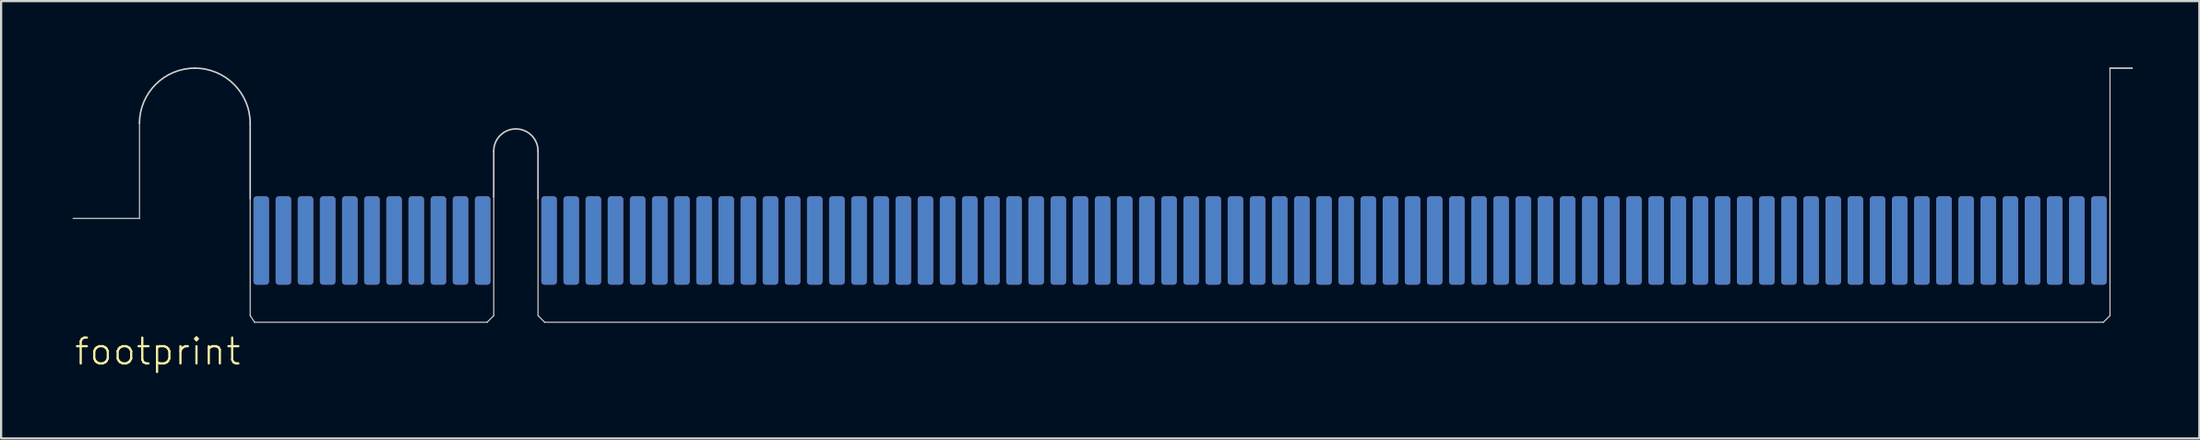
<source format=kicad_pcb>
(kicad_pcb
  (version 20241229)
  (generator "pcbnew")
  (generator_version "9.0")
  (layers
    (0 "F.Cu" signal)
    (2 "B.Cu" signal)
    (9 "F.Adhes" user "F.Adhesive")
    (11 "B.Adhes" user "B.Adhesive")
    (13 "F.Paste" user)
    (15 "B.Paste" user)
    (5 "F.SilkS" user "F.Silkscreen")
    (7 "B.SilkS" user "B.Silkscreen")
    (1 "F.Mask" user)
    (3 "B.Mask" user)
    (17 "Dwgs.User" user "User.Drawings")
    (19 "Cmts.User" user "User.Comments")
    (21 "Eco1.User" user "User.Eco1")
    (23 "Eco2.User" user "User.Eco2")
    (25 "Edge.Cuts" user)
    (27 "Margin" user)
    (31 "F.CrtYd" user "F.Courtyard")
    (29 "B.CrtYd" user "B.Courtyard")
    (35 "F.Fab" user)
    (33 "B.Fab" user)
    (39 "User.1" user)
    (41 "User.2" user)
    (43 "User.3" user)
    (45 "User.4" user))
  (footprint "footprint"
    (layer "F.Cu")
    (at 0.25 11.585)
    (property "Reference" "footprint" (at 0 1.96 0) (layer "F.SilkS") (effects (font (size 1.168 1.168) (thickness 0.102)) (justify left bottom)))
    (fp_line (start 8.5 -5.5) (end 8.5 -2) (stroke (width 0.7) (type solid)) (layer "F.Mask"))
    (fp_line (start 9.5 -5.5) (end 9.5 -2) (stroke (width 0.7) (type solid)) (layer "F.Mask"))
    (fp_line (start 10.5 -5.5) (end 10.5 -2) (stroke (width 0.7) (type solid)) (layer "F.Mask"))
    (fp_line (start 11.5 -5.5) (end 11.5 -2) (stroke (width 0.7) (type solid)) (layer "F.Mask"))
    (fp_line (start 12.5 -5.5) (end 12.5 -2) (stroke (width 0.7) (type solid)) (layer "F.Mask"))
    (fp_line (start 13.5 -5.5) (end 13.5 -2) (stroke (width 0.7) (type solid)) (layer "F.Mask"))
    (fp_line (start 14.5 -5.5) (end 14.5 -2) (stroke (width 0.7) (type solid)) (layer "F.Mask"))
    (fp_line (start 15.5 -5.5) (end 15.5 -2) (stroke (width 0.7) (type solid)) (layer "F.Mask"))
    (fp_line (start 16.5 -5.5) (end 16.5 -2) (stroke (width 0.7) (type solid)) (layer "F.Mask"))
    (fp_line (start 17.5 -5.5) (end 17.5 -2) (stroke (width 0.7) (type solid)) (layer "F.Mask"))
    (fp_line (start 18.5 -5.5) (end 18.5 -2) (stroke (width 0.7) (type solid)) (layer "F.Mask"))
    (fp_line (start 21.5 -5.5) (end 21.5 -2) (stroke (width 0.7) (type solid)) (layer "F.Mask"))
    (fp_line (start 22.5 -5.5) (end 22.5 -2) (stroke (width 0.7) (type solid)) (layer "F.Mask"))
    (fp_line (start 23.5 -5.5) (end 23.5 -2) (stroke (width 0.7) (type solid)) (layer "F.Mask"))
    (fp_line (start 24.5 -5.5) (end 24.5 -2) (stroke (width 0.7) (type solid)) (layer "F.Mask"))
    (fp_line (start 25.5 -5.5) (end 25.5 -2) (stroke (width 0.7) (type solid)) (layer "F.Mask"))
    (fp_line (start 26.5 -5.5) (end 26.5 -2) (stroke (width 0.7) (type solid)) (layer "F.Mask"))
    (fp_line (start 27.5 -5.5) (end 27.5 -2) (stroke (width 0.7) (type solid)) (layer "F.Mask"))
    (fp_line (start 28.5 -5.5) (end 28.5 -2) (stroke (width 0.7) (type solid)) (layer "F.Mask"))
    (fp_line (start 29.5 -5.5) (end 29.5 -2) (stroke (width 0.7) (type solid)) (layer "F.Mask"))
    (fp_line (start 30.5 -5.5) (end 30.5 -2) (stroke (width 0.7) (type solid)) (layer "F.Mask"))
    (fp_line (start 31.5 -5.5) (end 31.5 -2) (stroke (width 0.7) (type solid)) (layer "F.Mask"))
    (fp_line (start 32.5 -5.5) (end 32.5 -2) (stroke (width 0.7) (type solid)) (layer "F.Mask"))
    (fp_line (start 33.5 -5.5) (end 33.5 -2) (stroke (width 0.7) (type solid)) (layer "F.Mask"))
    (fp_line (start 34.5 -5.5) (end 34.5 -2) (stroke (width 0.7) (type solid)) (layer "F.Mask"))
    (fp_line (start 35.5 -5.5) (end 35.5 -2) (stroke (width 0.7) (type solid)) (layer "F.Mask"))
    (fp_line (start 36.5 -5.5) (end 36.5 -2) (stroke (width 0.7) (type solid)) (layer "F.Mask"))
    (fp_line (start 37.5 -5.5) (end 37.5 -2) (stroke (width 0.7) (type solid)) (layer "F.Mask"))
    (fp_line (start 38.5 -5.5) (end 38.5 -2) (stroke (width 0.7) (type solid)) (layer "F.Mask"))
    (fp_line (start 39.5 -5.5) (end 39.5 -2) (stroke (width 0.7) (type solid)) (layer "F.Mask"))
    (fp_line (start 40.5 -5.5) (end 40.5 -2) (stroke (width 0.7) (type solid)) (layer "F.Mask"))
    (fp_line (start 41.5 -5.5) (end 41.5 -2) (stroke (width 0.7) (type solid)) (layer "F.Mask"))
    (fp_line (start 42.5 -5.5) (end 42.5 -2) (stroke (width 0.7) (type solid)) (layer "F.Mask"))
    (fp_line (start 43.5 -5.5) (end 43.5 -2) (stroke (width 0.7) (type solid)) (layer "F.Mask"))
    (fp_line (start 44.5 -5.5) (end 44.5 -2) (stroke (width 0.7) (type solid)) (layer "F.Mask"))
    (fp_line (start 45.5 -5.5) (end 45.5 -2) (stroke (width 0.7) (type solid)) (layer "F.Mask"))
    (fp_line (start 46.5 -5.5) (end 46.5 -2) (stroke (width 0.7) (type solid)) (layer "F.Mask"))
    (fp_line (start 47.5 -5.5) (end 47.5 -2) (stroke (width 0.7) (type solid)) (layer "F.Mask"))
    (fp_line (start 48.5 -5.5) (end 48.5 -2) (stroke (width 0.7) (type solid)) (layer "F.Mask"))
    (fp_line (start 49.5 -5.5) (end 49.5 -2) (stroke (width 0.7) (type solid)) (layer "F.Mask"))
    (fp_line (start 50.5 -5.5) (end 50.5 -2) (stroke (width 0.7) (type solid)) (layer "F.Mask"))
    (fp_line (start 51.5 -5.5) (end 51.5 -2) (stroke (width 0.7) (type solid)) (layer "F.Mask"))
    (fp_line (start 52.5 -5.5) (end 52.5 -2) (stroke (width 0.7) (type solid)) (layer "F.Mask"))
    (fp_line (start 53.5 -5.5) (end 53.5 -2) (stroke (width 0.7) (type solid)) (layer "F.Mask"))
    (fp_line (start 54.5 -5.5) (end 54.5 -2) (stroke (width 0.7) (type solid)) (layer "F.Mask"))
    (fp_line (start 55.5 -5.5) (end 55.5 -2) (stroke (width 0.7) (type solid)) (layer "F.Mask"))
    (fp_line (start 56.5 -5.5) (end 56.5 -2) (stroke (width 0.7) (type solid)) (layer "F.Mask"))
    (fp_line (start 57.5 -5.5) (end 57.5 -2) (stroke (width 0.7) (type solid)) (layer "F.Mask"))
    (fp_line (start 58.5 -5.5) (end 58.5 -2) (stroke (width 0.7) (type solid)) (layer "F.Mask"))
    (fp_line (start 59.5 -5.5) (end 59.5 -2) (stroke (width 0.7) (type solid)) (layer "F.Mask"))
    (fp_line (start 60.5 -5.5) (end 60.5 -2) (stroke (width 0.7) (type solid)) (layer "F.Mask"))
    (fp_line (start 61.5 -5.5) (end 61.5 -2) (stroke (width 0.7) (type solid)) (layer "F.Mask"))
    (fp_line (start 62.5 -5.5) (end 62.5 -2) (stroke (width 0.7) (type solid)) (layer "F.Mask"))
    (fp_line (start 63.5 -5.5) (end 63.5 -2) (stroke (width 0.7) (type solid)) (layer "F.Mask"))
    (fp_line (start 64.5 -5.5) (end 64.5 -2) (stroke (width 0.7) (type solid)) (layer "F.Mask"))
    (fp_line (start 65.5 -5.5) (end 65.5 -2) (stroke (width 0.7) (type solid)) (layer "F.Mask"))
    (fp_line (start 66.5 -5.5) (end 66.5 -2) (stroke (width 0.7) (type solid)) (layer "F.Mask"))
    (fp_line (start 67.5 -5.5) (end 67.5 -2) (stroke (width 0.7) (type solid)) (layer "F.Mask"))
    (fp_line (start 68.5 -5.5) (end 68.5 -2) (stroke (width 0.7) (type solid)) (layer "F.Mask"))
    (fp_line (start 69.5 -5.5) (end 69.5 -2) (stroke (width 0.7) (type solid)) (layer "F.Mask"))
    (fp_line (start 70.5 -5.5) (end 70.5 -2) (stroke (width 0.7) (type solid)) (layer "F.Mask"))
    (fp_line (start 71.5 -5.5) (end 71.5 -2) (stroke (width 0.7) (type solid)) (layer "F.Mask"))
    (fp_line (start 72.5 -5.5) (end 72.5 -2) (stroke (width 0.7) (type solid)) (layer "F.Mask"))
    (fp_line (start 73.5 -5.5) (end 73.5 -2) (stroke (width 0.7) (type solid)) (layer "F.Mask"))
    (fp_line (start 74.5 -5.5) (end 74.5 -2) (stroke (width 0.7) (type solid)) (layer "F.Mask"))
    (fp_line (start 75.5 -5.5) (end 75.5 -2) (stroke (width 0.7) (type solid)) (layer "F.Mask"))
    (fp_line (start 76.5 -5.5) (end 76.5 -2) (stroke (width 0.7) (type solid)) (layer "F.Mask"))
    (fp_line (start 77.5 -5.5) (end 77.5 -2) (stroke (width 0.7) (type solid)) (layer "F.Mask"))
    (fp_line (start 78.5 -5.5) (end 78.5 -2) (stroke (width 0.7) (type solid)) (layer "F.Mask"))
    (fp_line (start 79.5 -5.5) (end 79.5 -2) (stroke (width 0.7) (type solid)) (layer "F.Mask"))
    (fp_line (start 80.5 -5.5) (end 80.5 -2) (stroke (width 0.7) (type solid)) (layer "F.Mask"))
    (fp_line (start 81.5 -5.5) (end 81.5 -2) (stroke (width 0.7) (type solid)) (layer "F.Mask"))
    (fp_line (start 82.5 -5.5) (end 82.5 -2) (stroke (width 0.7) (type solid)) (layer "F.Mask"))
    (fp_line (start 83.5 -5.5) (end 83.5 -2) (stroke (width 0.7) (type solid)) (layer "F.Mask"))
    (fp_line (start 84.5 -5.5) (end 84.5 -2) (stroke (width 0.7) (type solid)) (layer "F.Mask"))
    (fp_line (start 85.5 -5.5) (end 85.5 -2) (stroke (width 0.7) (type solid)) (layer "F.Mask"))
    (fp_line (start 86.5 -5.5) (end 86.5 -2) (stroke (width 0.7) (type solid)) (layer "F.Mask"))
    (fp_line (start 87.5 -5.5) (end 87.5 -2) (stroke (width 0.7) (type solid)) (layer "F.Mask"))
    (fp_line (start 88.5 -5.5) (end 88.5 -2) (stroke (width 0.7) (type solid)) (layer "F.Mask"))
    (fp_line (start 89.5 -5.5) (end 89.5 -2) (stroke (width 0.7) (type solid)) (layer "F.Mask"))
    (fp_line (start 90.5 -5.5) (end 90.5 -2) (stroke (width 0.7) (type solid)) (layer "F.Mask"))
    (fp_line (start 91.5 -5.5) (end 91.5 -2) (stroke (width 0.7) (type solid)) (layer "F.Mask"))
    (fp_line (start 8.5 -5.5) (end 8.5 -2) (stroke (width 0.7) (type solid)) (layer "B.Mask"))
    (fp_line (start 9.5 -5.5) (end 9.5 -2) (stroke (width 0.7) (type solid)) (layer "B.Mask"))
    (fp_line (start 10.5 -5.5) (end 10.5 -2) (stroke (width 0.7) (type solid)) (layer "B.Mask"))
    (fp_line (start 11.5 -5.5) (end 11.5 -2) (stroke (width 0.7) (type solid)) (layer "B.Mask"))
    (fp_line (start 12.5 -5.5) (end 12.5 -2) (stroke (width 0.7) (type solid)) (layer "B.Mask"))
    (fp_line (start 13.5 -5.5) (end 13.5 -2) (stroke (width 0.7) (type solid)) (layer "B.Mask"))
    (fp_line (start 14.5 -5.5) (end 14.5 -2) (stroke (width 0.7) (type solid)) (layer "B.Mask"))
    (fp_line (start 15.5 -5.5) (end 15.5 -2) (stroke (width 0.7) (type solid)) (layer "B.Mask"))
    (fp_line (start 16.5 -5.5) (end 16.5 -2) (stroke (width 0.7) (type solid)) (layer "B.Mask"))
    (fp_line (start 17.5 -5.5) (end 17.5 -2) (stroke (width 0.7) (type solid)) (layer "B.Mask"))
    (fp_line (start 18.5 -5.5) (end 18.5 -2) (stroke (width 0.7) (type solid)) (layer "B.Mask"))
    (fp_line (start 21.5 -5.5) (end 21.5 -2) (stroke (width 0.7) (type solid)) (layer "B.Mask"))
    (fp_line (start 22.5 -5.5) (end 22.5 -2) (stroke (width 0.7) (type solid)) (layer "B.Mask"))
    (fp_line (start 23.5 -5.5) (end 23.5 -2) (stroke (width 0.7) (type solid)) (layer "B.Mask"))
    (fp_line (start 24.5 -5.5) (end 24.5 -2) (stroke (width 0.7) (type solid)) (layer "B.Mask"))
    (fp_line (start 25.5 -5.5) (end 25.5 -2) (stroke (width 0.7) (type solid)) (layer "B.Mask"))
    (fp_line (start 26.5 -5.5) (end 26.5 -2) (stroke (width 0.7) (type solid)) (layer "B.Mask"))
    (fp_line (start 27.5 -5.5) (end 27.5 -2) (stroke (width 0.7) (type solid)) (layer "B.Mask"))
    (fp_line (start 28.5 -5.5) (end 28.5 -2) (stroke (width 0.7) (type solid)) (layer "B.Mask"))
    (fp_line (start 29.5 -5.5) (end 29.5 -2) (stroke (width 0.7) (type solid)) (layer "B.Mask"))
    (fp_line (start 30.5 -5.5) (end 30.5 -2) (stroke (width 0.7) (type solid)) (layer "B.Mask"))
    (fp_line (start 31.5 -5.5) (end 31.5 -2) (stroke (width 0.7) (type solid)) (layer "B.Mask"))
    (fp_line (start 32.5 -5.5) (end 32.5 -2) (stroke (width 0.7) (type solid)) (layer "B.Mask"))
    (fp_line (start 33.5 -5.5) (end 33.5 -2) (stroke (width 0.7) (type solid)) (layer "B.Mask"))
    (fp_line (start 34.5 -5.5) (end 34.5 -2) (stroke (width 0.7) (type solid)) (layer "B.Mask"))
    (fp_line (start 35.5 -5.5) (end 35.5 -2) (stroke (width 0.7) (type solid)) (layer "B.Mask"))
    (fp_line (start 36.5 -5.5) (end 36.5 -2) (stroke (width 0.7) (type solid)) (layer "B.Mask"))
    (fp_line (start 37.5 -5.5) (end 37.5 -2) (stroke (width 0.7) (type solid)) (layer "B.Mask"))
    (fp_line (start 38.5 -5.5) (end 38.5 -2) (stroke (width 0.7) (type solid)) (layer "B.Mask"))
    (fp_line (start 39.5 -5.5) (end 39.5 -2) (stroke (width 0.7) (type solid)) (layer "B.Mask"))
    (fp_line (start 40.5 -5.5) (end 40.5 -2) (stroke (width 0.7) (type solid)) (layer "B.Mask"))
    (fp_line (start 41.5 -5.5) (end 41.5 -2) (stroke (width 0.7) (type solid)) (layer "B.Mask"))
    (fp_line (start 42.5 -5.5) (end 42.5 -2) (stroke (width 0.7) (type solid)) (layer "B.Mask"))
    (fp_line (start 43.5 -5.5) (end 43.5 -2) (stroke (width 0.7) (type solid)) (layer "B.Mask"))
    (fp_line (start 44.5 -5.5) (end 44.5 -2) (stroke (width 0.7) (type solid)) (layer "B.Mask"))
    (fp_line (start 45.5 -5.5) (end 45.5 -2) (stroke (width 0.7) (type solid)) (layer "B.Mask"))
    (fp_line (start 46.5 -5.5) (end 46.5 -2) (stroke (width 0.7) (type solid)) (layer "B.Mask"))
    (fp_line (start 47.5 -5.5) (end 47.5 -2) (stroke (width 0.7) (type solid)) (layer "B.Mask"))
    (fp_line (start 48.5 -5.5) (end 48.5 -2) (stroke (width 0.7) (type solid)) (layer "B.Mask"))
    (fp_line (start 49.5 -5.5) (end 49.5 -2) (stroke (width 0.7) (type solid)) (layer "B.Mask"))
    (fp_line (start 50.5 -5.5) (end 50.5 -2) (stroke (width 0.7) (type solid)) (layer "B.Mask"))
    (fp_line (start 51.5 -5.5) (end 51.5 -2) (stroke (width 0.7) (type solid)) (layer "B.Mask"))
    (fp_line (start 52.5 -5.5) (end 52.5 -2) (stroke (width 0.7) (type solid)) (layer "B.Mask"))
    (fp_line (start 53.5 -5.5) (end 53.5 -2) (stroke (width 0.7) (type solid)) (layer "B.Mask"))
    (fp_line (start 54.5 -5.5) (end 54.5 -2) (stroke (width 0.7) (type solid)) (layer "B.Mask"))
    (fp_line (start 55.5 -5.5) (end 55.5 -2) (stroke (width 0.7) (type solid)) (layer "B.Mask"))
    (fp_line (start 56.5 -5.5) (end 56.5 -2) (stroke (width 0.7) (type solid)) (layer "B.Mask"))
    (fp_line (start 57.5 -5.5) (end 57.5 -2) (stroke (width 0.7) (type solid)) (layer "B.Mask"))
    (fp_line (start 58.5 -5.5) (end 58.5 -2) (stroke (width 0.7) (type solid)) (layer "B.Mask"))
    (fp_line (start 59.5 -5.5) (end 59.5 -2) (stroke (width 0.7) (type solid)) (layer "B.Mask"))
    (fp_line (start 60.5 -5.5) (end 60.5 -2) (stroke (width 0.7) (type solid)) (layer "B.Mask"))
    (fp_line (start 61.5 -5.5) (end 61.5 -2) (stroke (width 0.7) (type solid)) (layer "B.Mask"))
    (fp_line (start 62.5 -5.5) (end 62.5 -2) (stroke (width 0.7) (type solid)) (layer "B.Mask"))
    (fp_line (start 63.5 -5.5) (end 63.5 -2) (stroke (width 0.7) (type solid)) (layer "B.Mask"))
    (fp_line (start 64.5 -5.5) (end 64.5 -2) (stroke (width 0.7) (type solid)) (layer "B.Mask"))
    (fp_line (start 65.5 -5.5) (end 65.5 -2) (stroke (width 0.7) (type solid)) (layer "B.Mask"))
    (fp_line (start 66.5 -5.5) (end 66.5 -2) (stroke (width 0.7) (type solid)) (layer "B.Mask"))
    (fp_line (start 67.5 -5.5) (end 67.5 -2) (stroke (width 0.7) (type solid)) (layer "B.Mask"))
    (fp_line (start 68.5 -5.5) (end 68.5 -2) (stroke (width 0.7) (type solid)) (layer "B.Mask"))
    (fp_line (start 69.5 -5.5) (end 69.5 -2) (stroke (width 0.7) (type solid)) (layer "B.Mask"))
    (fp_line (start 70.5 -5.5) (end 70.5 -2) (stroke (width 0.7) (type solid)) (layer "B.Mask"))
    (fp_line (start 71.5 -5.5) (end 71.5 -2) (stroke (width 0.7) (type solid)) (layer "B.Mask"))
    (fp_line (start 72.5 -5.5) (end 72.5 -2) (stroke (width 0.7) (type solid)) (layer "B.Mask"))
    (fp_line (start 73.5 -5.5) (end 73.5 -2) (stroke (width 0.7) (type solid)) (layer "B.Mask"))
    (fp_line (start 74.5 -5.5) (end 74.5 -2) (stroke (width 0.7) (type solid)) (layer "B.Mask"))
    (fp_line (start 75.5 -5.5) (end 75.5 -2) (stroke (width 0.7) (type solid)) (layer "B.Mask"))
    (fp_line (start 76.5 -5.5) (end 76.5 -2) (stroke (width 0.7) (type solid)) (layer "B.Mask"))
    (fp_line (start 77.5 -5.5) (end 77.5 -2) (stroke (width 0.7) (type solid)) (layer "B.Mask"))
    (fp_line (start 78.5 -5.5) (end 78.5 -2) (stroke (width 0.7) (type solid)) (layer "B.Mask"))
    (fp_line (start 79.5 -5.5) (end 79.5 -2) (stroke (width 0.7) (type solid)) (layer "B.Mask"))
    (fp_line (start 80.5 -5.5) (end 80.5 -2) (stroke (width 0.7) (type solid)) (layer "B.Mask"))
    (fp_line (start 81.5 -5.5) (end 81.5 -2) (stroke (width 0.7) (type solid)) (layer "B.Mask"))
    (fp_line (start 82.5 -5.5) (end 82.5 -2) (stroke (width 0.7) (type solid)) (layer "B.Mask"))
    (fp_line (start 83.5 -5.5) (end 83.5 -2) (stroke (width 0.7) (type solid)) (layer "B.Mask"))
    (fp_line (start 84.5 -5.5) (end 84.5 -2) (stroke (width 0.7) (type solid)) (layer "B.Mask"))
    (fp_line (start 85.5 -5.5) (end 85.5 -2) (stroke (width 0.7) (type solid)) (layer "B.Mask"))
    (fp_line (start 86.5 -5.5) (end 86.5 -2) (stroke (width 0.7) (type solid)) (layer "B.Mask"))
    (fp_line (start 87.5 -5.5) (end 87.5 -2) (stroke (width 0.7) (type solid)) (layer "B.Mask"))
    (fp_line (start 88.5 -5.5) (end 88.5 -2) (stroke (width 0.7) (type solid)) (layer "B.Mask"))
    (fp_line (start 89.5 -5.5) (end 89.5 -2) (stroke (width 0.7) (type solid)) (layer "B.Mask"))
    (fp_line (start 90.5 -5.5) (end 90.5 -2) (stroke (width 0.7) (type solid)) (layer "B.Mask"))
    (fp_line (start 91.5 -5.5) (end 91.5 -2) (stroke (width 0.7) (type solid)) (layer "B.Mask"))
    (fp_line (start 3 -9.05) (end 3 -4.75) (stroke (width 0.05) (type solid)) (layer "Edge.Cuts"))
    (fp_line (start 3 -4.75) (end 0 -4.75) (stroke (width 0.05) (type solid)) (layer "Edge.Cuts"))
    (fp_line (start 8 -5.65) (end 8 -9.05) (stroke (width 0.07) (type solid)) (layer "Edge.Cuts"))
    (fp_line (start 8 -0.35) (end 8 -5.65) (stroke (width 0.05) (type solid)) (layer "Edge.Cuts"))
    (fp_line (start 8 -0.35) (end 8.2 -0.05) (stroke (width 0.05) (type solid)) (layer "Edge.Cuts"))
    (fp_line (start 8.2 -0.05) (end 18.7 -0.05) (stroke (width 0.05) (type solid)) (layer "Edge.Cuts"))
    (fp_line (start 18.7 -0.05) (end 19 -0.35) (stroke (width 0.05) (type solid)) (layer "Edge.Cuts"))
    (fp_line (start 19 -5.7) (end 19 -7.8) (stroke (width 0.07) (type solid)) (layer "Edge.Cuts"))
    (fp_line (start 19 -0.35) (end 19 -5.65) (stroke (width 0.05) (type solid)) (layer "Edge.Cuts"))
    (fp_line (start 21 -5.65) (end 21 -7.8) (stroke (width 0.07) (type solid)) (layer "Edge.Cuts"))
    (fp_line (start 21 -5.65) (end 21 -0.35) (stroke (width 0.05) (type solid)) (layer "Edge.Cuts"))
    (fp_line (start 21 -0.35) (end 21.3 -0.05) (stroke (width 0.05) (type solid)) (layer "Edge.Cuts"))
    (fp_line (start 21.3 -0.05) (end 91.7 -0.05) (stroke (width 0.05) (type solid)) (layer "Edge.Cuts"))
    (fp_line (start 92 -11.55) (end 92 -0.35) (stroke (width 0.05) (type solid)) (layer "Edge.Cuts"))
    (fp_line (start 92 -11.55) (end 93 -11.55) (stroke (width 0.07) (type solid)) (layer "Edge.Cuts"))
    (fp_line (start 92 -0.35) (end 91.7 -0.05) (stroke (width 0.05) (type solid)) (layer "Edge.Cuts"))
    (fp_arc (start 3 -9.05) (mid 3.732233 -10.817767) (end 5.5 -11.55) (stroke (width 0.07) (type solid)) (layer "Edge.Cuts"))
    (fp_arc (start 5.5 -11.55) (mid 7.267767 -10.817767) (end 8 -9.05) (stroke (width 0.07) (type solid)) (layer "Edge.Cuts"))
    (fp_arc (start 19 -7.8) (mid 20 -8.8) (end 21 -7.8) (stroke (width 0.07) (type solid)) (layer "Edge.Cuts"))
    (pad "A1" smd roundrect (at 8.5 -3.75 90) (size 4 0.7) (layers "B.Cu" "B.Mask") (roundrect_rratio 0.2))
    (pad "A2" smd roundrect (at 9.5 -3.75 90) (size 4 0.7) (layers "B.Cu" "B.Mask") (roundrect_rratio 0.2))
    (pad "A3" smd roundrect (at 10.5 -3.75 90) (size 4 0.7) (layers "B.Cu" "B.Mask") (roundrect_rratio 0.2))
    (pad "A4" smd roundrect (at 11.5 -3.75 90) (size 4 0.7) (layers "B.Cu" "B.Mask") (roundrect_rratio 0.2))
    (pad "A5" smd roundrect (at 12.5 -3.75 90) (size 4 0.7) (layers "B.Cu" "B.Mask") (roundrect_rratio 0.2))
    (pad "A6" smd roundrect (at 13.5 -3.75 90) (size 4 0.7) (layers "B.Cu" "B.Mask") (roundrect_rratio 0.2))
    (pad "A7" smd roundrect (at 14.5 -3.75 90) (size 4 0.7) (layers "B.Cu" "B.Mask") (roundrect_rratio 0.2))
    (pad "A8" smd roundrect (at 15.5 -3.75 90) (size 4 0.7) (layers "B.Cu" "B.Mask") (roundrect_rratio 0.2))
    (pad "A9" smd roundrect (at 16.5 -3.75 90) (size 4 0.7) (layers "B.Cu" "B.Mask") (roundrect_rratio 0.2))
    (pad "A10" smd roundrect (at 17.5 -3.75 90) (size 4 0.7) (layers "B.Cu" "B.Mask") (roundrect_rratio 0.2))
    (pad "A11" smd roundrect (at 18.5 -3.75 90) (size 4 0.7) (layers "B.Cu" "B.Mask") (roundrect_rratio 0.2))
    (pad "A12" smd roundrect (at 21.5 -3.75 90) (size 4 0.7) (layers "B.Cu" "B.Mask") (roundrect_rratio 0.2))
    (pad "A13" smd roundrect (at 22.5 -3.75 90) (size 4 0.7) (layers "B.Cu" "B.Mask") (roundrect_rratio 0.2))
    (pad "A14" smd roundrect (at 23.5 -3.75 90) (size 4 0.7) (layers "B.Cu" "B.Mask") (roundrect_rratio 0.2))
    (pad "A15" smd roundrect (at 24.5 -3.75 90) (size 4 0.7) (layers "B.Cu" "B.Mask") (roundrect_rratio 0.2))
    (pad "A16" smd roundrect (at 25.5 -3.75 90) (size 4 0.7) (layers "B.Cu" "B.Mask") (roundrect_rratio 0.2))
    (pad "A17" smd roundrect (at 26.5 -3.75 90) (size 4 0.7) (layers "B.Cu" "B.Mask") (roundrect_rratio 0.2))
    (pad "A18" smd roundrect (at 27.5 -3.75 90) (size 4 0.7) (layers "B.Cu" "B.Mask") (roundrect_rratio 0.2))
    (pad "A19" smd roundrect (at 28.5 -3.75 90) (size 4 0.7) (layers "B.Cu" "B.Mask") (roundrect_rratio 0.2))
    (pad "A20" smd roundrect (at 29.5 -3.75 90) (size 4 0.7) (layers "B.Cu" "B.Mask") (roundrect_rratio 0.2))
    (pad "A21" smd roundrect (at 30.5 -3.75 90) (size 4 0.7) (layers "B.Cu" "B.Mask") (roundrect_rratio 0.2))
    (pad "A22" smd roundrect (at 31.5 -3.75 90) (size 4 0.7) (layers "B.Cu" "B.Mask") (roundrect_rratio 0.2))
    (pad "A23" smd roundrect (at 32.5 -3.75 90) (size 4 0.7) (layers "B.Cu" "B.Mask") (roundrect_rratio 0.2))
    (pad "A24" smd roundrect (at 33.5 -3.75 90) (size 4 0.7) (layers "B.Cu" "B.Mask") (roundrect_rratio 0.2))
    (pad "A25" smd roundrect (at 34.5 -3.75 90) (size 4 0.7) (layers "B.Cu" "B.Mask") (roundrect_rratio 0.2))
    (pad "A26" smd roundrect (at 35.5 -3.75 90) (size 4 0.7) (layers "B.Cu" "B.Mask") (roundrect_rratio 0.2))
    (pad "A27" smd roundrect (at 36.5 -3.75 90) (size 4 0.7) (layers "B.Cu" "B.Mask") (roundrect_rratio 0.2))
    (pad "A28" smd roundrect (at 37.5 -3.75 90) (size 4 0.7) (layers "B.Cu" "B.Mask") (roundrect_rratio 0.2))
    (pad "A29" smd roundrect (at 38.5 -3.75 90) (size 4 0.7) (layers "B.Cu" "B.Mask") (roundrect_rratio 0.2))
    (pad "A30" smd roundrect (at 39.5 -3.75 90) (size 4 0.7) (layers "B.Cu" "B.Mask") (roundrect_rratio 0.2))
    (pad "A31" smd roundrect (at 40.5 -3.75 90) (size 4 0.7) (layers "B.Cu" "B.Mask") (roundrect_rratio 0.2))
    (pad "A32" smd roundrect (at 41.5 -3.75 90) (size 4 0.7) (layers "B.Cu" "B.Mask") (roundrect_rratio 0.2))
    (pad "A33" smd roundrect (at 42.5 -3.75 90) (size 4 0.7) (layers "B.Cu" "B.Mask") (roundrect_rratio 0.2))
    (pad "A34" smd roundrect (at 43.5 -3.75 90) (size 4 0.7) (layers "B.Cu" "B.Mask") (roundrect_rratio 0.2))
    (pad "A35" smd roundrect (at 44.5 -3.75 90) (size 4 0.7) (layers "B.Cu" "B.Mask") (roundrect_rratio 0.2))
    (pad "A36" smd roundrect (at 45.5 -3.75 90) (size 4 0.7) (layers "B.Cu" "B.Mask") (roundrect_rratio 0.2))
    (pad "A37" smd roundrect (at 46.5 -3.75 90) (size 4 0.7) (layers "B.Cu" "B.Mask") (roundrect_rratio 0.2))
    (pad "A38" smd roundrect (at 47.5 -3.75 90) (size 4 0.7) (layers "B.Cu" "B.Mask") (roundrect_rratio 0.2))
    (pad "A39" smd roundrect (at 48.5 -3.75 90) (size 4 0.7) (layers "B.Cu" "B.Mask") (roundrect_rratio 0.2))
    (pad "A40" smd roundrect (at 49.5 -3.75 90) (size 4 0.7) (layers "B.Cu" "B.Mask") (roundrect_rratio 0.2))
    (pad "A41" smd roundrect (at 50.5 -3.75 90) (size 4 0.7) (layers "B.Cu" "B.Mask") (roundrect_rratio 0.2))
    (pad "A42" smd roundrect (at 51.5 -3.75 90) (size 4 0.7) (layers "B.Cu" "B.Mask") (roundrect_rratio 0.2))
    (pad "A43" smd roundrect (at 52.5 -3.75 90) (size 4 0.7) (layers "B.Cu" "B.Mask") (roundrect_rratio 0.2))
    (pad "A44" smd roundrect (at 53.5 -3.75 90) (size 4 0.7) (layers "B.Cu" "B.Mask") (roundrect_rratio 0.2))
    (pad "A45" smd roundrect (at 54.5 -3.75 90) (size 4 0.7) (layers "B.Cu" "B.Mask") (roundrect_rratio 0.2))
    (pad "A46" smd roundrect (at 55.5 -3.75 90) (size 4 0.7) (layers "B.Cu" "B.Mask") (roundrect_rratio 0.2))
    (pad "A47" smd roundrect (at 56.5 -3.75 90) (size 4 0.7) (layers "B.Cu" "B.Mask") (roundrect_rratio 0.2))
    (pad "A48" smd roundrect (at 57.5 -3.75 90) (size 4 0.7) (layers "B.Cu" "B.Mask") (roundrect_rratio 0.2))
    (pad "A49" smd roundrect (at 58.5 -3.75 90) (size 4 0.7) (layers "B.Cu" "B.Mask") (roundrect_rratio 0.2))
    (pad "A50" smd roundrect (at 59.5 -3.75 90) (size 4 0.7) (layers "B.Cu" "B.Mask") (roundrect_rratio 0.2))
    (pad "A51" smd roundrect (at 60.5 -3.75 90) (size 4 0.7) (layers "B.Cu" "B.Mask") (roundrect_rratio 0.2))
    (pad "A52" smd roundrect (at 61.5 -3.75 90) (size 4 0.7) (layers "B.Cu" "B.Mask") (roundrect_rratio 0.2))
    (pad "A53" smd roundrect (at 62.5 -3.75 90) (size 4 0.7) (layers "B.Cu" "B.Mask") (roundrect_rratio 0.2))
    (pad "A54" smd roundrect (at 63.5 -3.75 90) (size 4 0.7) (layers "B.Cu" "B.Mask") (roundrect_rratio 0.2))
    (pad "A55" smd roundrect (at 64.5 -3.75 90) (size 4 0.7) (layers "B.Cu" "B.Mask") (roundrect_rratio 0.2))
    (pad "A56" smd roundrect (at 65.5 -3.75 90) (size 4 0.7) (layers "B.Cu" "B.Mask") (roundrect_rratio 0.2))
    (pad "A57" smd roundrect (at 66.5 -3.75 90) (size 4 0.7) (layers "B.Cu" "B.Mask") (roundrect_rratio 0.2))
    (pad "A58" smd roundrect (at 67.5 -3.75 90) (size 4 0.7) (layers "B.Cu" "B.Mask") (roundrect_rratio 0.2))
    (pad "A59" smd roundrect (at 68.5 -3.75 90) (size 4 0.7) (layers "B.Cu" "B.Mask") (roundrect_rratio 0.2))
    (pad "A60" smd roundrect (at 69.5 -3.75 90) (size 4 0.7) (layers "B.Cu" "B.Mask") (roundrect_rratio 0.2))
    (pad "A61" smd roundrect (at 70.5 -3.75 90) (size 4 0.7) (layers "B.Cu" "B.Mask") (roundrect_rratio 0.2))
    (pad "A62" smd roundrect (at 71.5 -3.75 90) (size 4 0.7) (layers "B.Cu" "B.Mask") (roundrect_rratio 0.2))
    (pad "A63" smd roundrect (at 72.5 -3.75 90) (size 4 0.7) (layers "B.Cu" "B.Mask") (roundrect_rratio 0.2))
    (pad "A64" smd roundrect (at 73.5 -3.75 90) (size 4 0.7) (layers "B.Cu" "B.Mask") (roundrect_rratio 0.2))
    (pad "A65" smd roundrect (at 74.5 -3.75 90) (size 4 0.7) (layers "B.Cu" "B.Mask") (roundrect_rratio 0.2))
    (pad "A66" smd roundrect (at 75.5 -3.75 90) (size 4 0.7) (layers "B.Cu" "B.Mask") (roundrect_rratio 0.2))
    (pad "A67" smd roundrect (at 76.5 -3.75 90) (size 4 0.7) (layers "B.Cu" "B.Mask") (roundrect_rratio 0.2))
    (pad "A68" smd roundrect (at 77.5 -3.75 90) (size 4 0.7) (layers "B.Cu" "B.Mask") (roundrect_rratio 0.2))
    (pad "A69" smd roundrect (at 78.5 -3.75 90) (size 4 0.7) (layers "B.Cu" "B.Mask") (roundrect_rratio 0.2))
    (pad "A70" smd roundrect (at 79.5 -3.75 90) (size 4 0.7) (layers "B.Cu" "B.Mask") (roundrect_rratio 0.2))
    (pad "A71" smd roundrect (at 80.5 -3.75 90) (size 4 0.7) (layers "B.Cu" "B.Mask") (roundrect_rratio 0.2))
    (pad "A72" smd roundrect (at 81.5 -3.75 90) (size 4 0.7) (layers "B.Cu" "B.Mask") (roundrect_rratio 0.2))
    (pad "A73" smd roundrect (at 82.5 -3.75 90) (size 4 0.7) (layers "B.Cu" "B.Mask") (roundrect_rratio 0.2))
    (pad "A74" smd roundrect (at 83.5 -3.75 90) (size 4 0.7) (layers "B.Cu" "B.Mask") (roundrect_rratio 0.2))
    (pad "A75" smd roundrect (at 84.5 -3.75 90) (size 4 0.7) (layers "B.Cu" "B.Mask") (roundrect_rratio 0.2))
    (pad "A76" smd roundrect (at 85.5 -3.75 90) (size 4 0.7) (layers "B.Cu" "B.Mask") (roundrect_rratio 0.2))
    (pad "A77" smd roundrect (at 86.5 -3.75 90) (size 4 0.7) (layers "B.Cu" "B.Mask") (roundrect_rratio 0.2))
    (pad "A78" smd roundrect (at 87.5 -3.75 90) (size 4 0.7) (layers "B.Cu" "B.Mask") (roundrect_rratio 0.2))
    (pad "A79" smd roundrect (at 88.5 -3.75 90) (size 4 0.7) (layers "B.Cu" "B.Mask") (roundrect_rratio 0.2))
    (pad "A80" smd roundrect (at 89.5 -3.75 90) (size 4 0.7) (layers "B.Cu" "B.Mask") (roundrect_rratio 0.2))
    (pad "A81" smd roundrect (at 90.5 -3.75 90) (size 4 0.7) (layers "B.Cu" "B.Mask") (roundrect_rratio 0.2))
    (pad "A82" smd roundrect (at 91.5 -3.75 90) (size 4 0.7) (layers "B.Cu" "B.Mask") (roundrect_rratio 0.2))
    (pad "B1" smd roundrect (at 8.5 -3.75 90) (size 4 0.7) (layers "F.Cu" "F.Mask") (roundrect_rratio 0.2))
    (pad "B2" smd roundrect (at 9.5 -3.75 90) (size 4 0.7) (layers "F.Cu" "F.Mask") (roundrect_rratio 0.2))
    (pad "B3" smd roundrect (at 10.5 -3.75 90) (size 4 0.7) (layers "F.Cu" "F.Mask") (roundrect_rratio 0.2))
    (pad "B4" smd roundrect (at 11.5 -3.75 90) (size 4 0.7) (layers "F.Cu" "F.Mask") (roundrect_rratio 0.2))
    (pad "B5" smd roundrect (at 12.5 -3.75 90) (size 4 0.7) (layers "F.Cu" "F.Mask") (roundrect_rratio 0.2))
    (pad "B6" smd roundrect (at 13.5 -3.75 90) (size 4 0.7) (layers "F.Cu" "F.Mask") (roundrect_rratio 0.2))
    (pad "B7" smd roundrect (at 14.5 -3.75 90) (size 4 0.7) (layers "F.Cu" "F.Mask") (roundrect_rratio 0.2))
    (pad "B8" smd roundrect (at 15.5 -3.75 90) (size 4 0.7) (layers "F.Cu" "F.Mask") (roundrect_rratio 0.2))
    (pad "B9" smd roundrect (at 16.5 -3.75 90) (size 4 0.7) (layers "F.Cu" "F.Mask") (roundrect_rratio 0.2))
    (pad "B10" smd roundrect (at 17.5 -3.75 90) (size 4 0.7) (layers "F.Cu" "F.Mask") (roundrect_rratio 0.2))
    (pad "B11" smd roundrect (at 18.5 -3.75 90) (size 4 0.7) (layers "F.Cu" "F.Mask") (roundrect_rratio 0.2))
    (pad "B12" smd roundrect (at 21.5 -3.75 90) (size 4 0.7) (layers "F.Cu" "F.Mask") (roundrect_rratio 0.2))
    (pad "B13" smd roundrect (at 22.5 -3.75 90) (size 4 0.7) (layers "F.Cu" "F.Mask") (roundrect_rratio 0.2))
    (pad "B14" smd roundrect (at 23.5 -3.75 90) (size 4 0.7) (layers "F.Cu" "F.Mask") (roundrect_rratio 0.2))
    (pad "B15" smd roundrect (at 24.5 -3.75 90) (size 4 0.7) (layers "F.Cu" "F.Mask") (roundrect_rratio 0.2))
    (pad "B16" smd roundrect (at 25.5 -3.75 90) (size 4 0.7) (layers "F.Cu" "F.Mask") (roundrect_rratio 0.2))
    (pad "B17" smd roundrect (at 26.5 -3.75 90) (size 4 0.7) (layers "F.Cu" "F.Mask") (roundrect_rratio 0.2))
    (pad "B18" smd roundrect (at 27.5 -3.75 90) (size 4 0.7) (layers "F.Cu" "F.Mask") (roundrect_rratio 0.2))
    (pad "B19" smd roundrect (at 28.5 -3.75 90) (size 4 0.7) (layers "F.Cu" "F.Mask") (roundrect_rratio 0.2))
    (pad "B20" smd roundrect (at 29.5 -3.75 90) (size 4 0.7) (layers "F.Cu" "F.Mask") (roundrect_rratio 0.2))
    (pad "B21" smd roundrect (at 30.5 -3.75 90) (size 4 0.7) (layers "F.Cu" "F.Mask") (roundrect_rratio 0.2))
    (pad "B22" smd roundrect (at 31.5 -3.75 90) (size 4 0.7) (layers "F.Cu" "F.Mask") (roundrect_rratio 0.2))
    (pad "B23" smd roundrect (at 32.5 -3.75 90) (size 4 0.7) (layers "F.Cu" "F.Mask") (roundrect_rratio 0.2))
    (pad "B24" smd roundrect (at 33.5 -3.75 90) (size 4 0.7) (layers "F.Cu" "F.Mask") (roundrect_rratio 0.2))
    (pad "B25" smd roundrect (at 34.5 -3.75 90) (size 4 0.7) (layers "F.Cu" "F.Mask") (roundrect_rratio 0.2))
    (pad "B26" smd roundrect (at 35.5 -3.75 90) (size 4 0.7) (layers "F.Cu" "F.Mask") (roundrect_rratio 0.2))
    (pad "B27" smd roundrect (at 36.5 -3.75 90) (size 4 0.7) (layers "F.Cu" "F.Mask") (roundrect_rratio 0.2))
    (pad "B28" smd roundrect (at 37.5 -3.75 90) (size 4 0.7) (layers "F.Cu" "F.Mask") (roundrect_rratio 0.2))
    (pad "B29" smd roundrect (at 38.5 -3.75 90) (size 4 0.7) (layers "F.Cu" "F.Mask") (roundrect_rratio 0.2))
    (pad "B30" smd roundrect (at 39.5 -3.75 90) (size 4 0.7) (layers "F.Cu" "F.Mask") (roundrect_rratio 0.2))
    (pad "B31" smd roundrect (at 40.5 -3.75 90) (size 4 0.7) (layers "F.Cu" "F.Mask") (roundrect_rratio 0.2))
    (pad "B32" smd roundrect (at 41.5 -3.75 90) (size 4 0.7) (layers "F.Cu" "F.Mask") (roundrect_rratio 0.2))
    (pad "B33" smd roundrect (at 42.5 -3.75 90) (size 4 0.7) (layers "F.Cu" "F.Mask") (roundrect_rratio 0.2))
    (pad "B34" smd roundrect (at 43.5 -3.75 90) (size 4 0.7) (layers "F.Cu" "F.Mask") (roundrect_rratio 0.2))
    (pad "B35" smd roundrect (at 44.5 -3.75 90) (size 4 0.7) (layers "F.Cu" "F.Mask") (roundrect_rratio 0.2))
    (pad "B36" smd roundrect (at 45.5 -3.75 90) (size 4 0.7) (layers "F.Cu" "F.Mask") (roundrect_rratio 0.2))
    (pad "B37" smd roundrect (at 46.5 -3.75 90) (size 4 0.7) (layers "F.Cu" "F.Mask") (roundrect_rratio 0.2))
    (pad "B38" smd roundrect (at 47.5 -3.75 90) (size 4 0.7) (layers "F.Cu" "F.Mask") (roundrect_rratio 0.2))
    (pad "B39" smd roundrect (at 48.5 -3.75 90) (size 4 0.7) (layers "F.Cu" "F.Mask") (roundrect_rratio 0.2))
    (pad "B40" smd roundrect (at 49.5 -3.75 90) (size 4 0.7) (layers "F.Cu" "F.Mask") (roundrect_rratio 0.2))
    (pad "B41" smd roundrect (at 50.5 -3.75 90) (size 4 0.7) (layers "F.Cu" "F.Mask") (roundrect_rratio 0.2))
    (pad "B42" smd roundrect (at 51.5 -3.75 90) (size 4 0.7) (layers "F.Cu" "F.Mask") (roundrect_rratio 0.2))
    (pad "B43" smd roundrect (at 52.5 -3.75 90) (size 4 0.7) (layers "F.Cu" "F.Mask") (roundrect_rratio 0.2))
    (pad "B44" smd roundrect (at 53.5 -3.75 90) (size 4 0.7) (layers "F.Cu" "F.Mask") (roundrect_rratio 0.2))
    (pad "B45" smd roundrect (at 54.5 -3.75 90) (size 4 0.7) (layers "F.Cu" "F.Mask") (roundrect_rratio 0.2))
    (pad "B46" smd roundrect (at 55.5 -3.75 90) (size 4 0.7) (layers "F.Cu" "F.Mask") (roundrect_rratio 0.2))
    (pad "B47" smd roundrect (at 56.5 -3.75 90) (size 4 0.7) (layers "F.Cu" "F.Mask") (roundrect_rratio 0.2))
    (pad "B48" smd roundrect (at 57.5 -3.75 90) (size 4 0.7) (layers "F.Cu" "F.Mask") (roundrect_rratio 0.2))
    (pad "B49" smd roundrect (at 58.5 -3.75 90) (size 4 0.7) (layers "F.Cu" "F.Mask") (roundrect_rratio 0.2))
    (pad "B50" smd roundrect (at 59.5 -3.75 90) (size 4 0.7) (layers "F.Cu" "F.Mask") (roundrect_rratio 0.2))
    (pad "B51" smd roundrect (at 60.5 -3.75 90) (size 4 0.7) (layers "F.Cu" "F.Mask") (roundrect_rratio 0.2))
    (pad "B52" smd roundrect (at 61.5 -3.75 90) (size 4 0.7) (layers "F.Cu" "F.Mask") (roundrect_rratio 0.2))
    (pad "B53" smd roundrect (at 62.5 -3.75 90) (size 4 0.7) (layers "F.Cu" "F.Mask") (roundrect_rratio 0.2))
    (pad "B54" smd roundrect (at 63.5 -3.75 90) (size 4 0.7) (layers "F.Cu" "F.Mask") (roundrect_rratio 0.2))
    (pad "B55" smd roundrect (at 64.5 -3.75 90) (size 4 0.7) (layers "F.Cu" "F.Mask") (roundrect_rratio 0.2))
    (pad "B56" smd roundrect (at 65.5 -3.75 90) (size 4 0.7) (layers "F.Cu" "F.Mask") (roundrect_rratio 0.2))
    (pad "B57" smd roundrect (at 66.5 -3.75 90) (size 4 0.7) (layers "F.Cu" "F.Mask") (roundrect_rratio 0.2))
    (pad "B58" smd roundrect (at 67.5 -3.75 90) (size 4 0.7) (layers "F.Cu" "F.Mask") (roundrect_rratio 0.2))
    (pad "B59" smd roundrect (at 68.5 -3.75 90) (size 4 0.7) (layers "F.Cu" "F.Mask") (roundrect_rratio 0.2))
    (pad "B60" smd roundrect (at 69.5 -3.75 90) (size 4 0.7) (layers "F.Cu" "F.Mask") (roundrect_rratio 0.2))
    (pad "B61" smd roundrect (at 70.5 -3.75 90) (size 4 0.7) (layers "F.Cu" "F.Mask") (roundrect_rratio 0.2))
    (pad "B62" smd roundrect (at 71.5 -3.75 90) (size 4 0.7) (layers "F.Cu" "F.Mask") (roundrect_rratio 0.2))
    (pad "B63" smd roundrect (at 72.5 -3.75 90) (size 4 0.7) (layers "F.Cu" "F.Mask") (roundrect_rratio 0.2))
    (pad "B64" smd roundrect (at 73.5 -3.75 90) (size 4 0.7) (layers "F.Cu" "F.Mask") (roundrect_rratio 0.2))
    (pad "B65" smd roundrect (at 74.5 -3.75 90) (size 4 0.7) (layers "F.Cu" "F.Mask") (roundrect_rratio 0.2))
    (pad "B66" smd roundrect (at 75.5 -3.75 90) (size 4 0.7) (layers "F.Cu" "F.Mask") (roundrect_rratio 0.2))
    (pad "B67" smd roundrect (at 76.5 -3.75 90) (size 4 0.7) (layers "F.Cu" "F.Mask") (roundrect_rratio 0.2))
    (pad "B68" smd roundrect (at 77.5 -3.75 90) (size 4 0.7) (layers "F.Cu" "F.Mask") (roundrect_rratio 0.2))
    (pad "B69" smd roundrect (at 78.5 -3.75 90) (size 4 0.7) (layers "F.Cu" "F.Mask") (roundrect_rratio 0.2))
    (pad "B70" smd roundrect (at 79.5 -3.75 90) (size 4 0.7) (layers "F.Cu" "F.Mask") (roundrect_rratio 0.2))
    (pad "B71" smd roundrect (at 80.5 -3.75 90) (size 4 0.7) (layers "F.Cu" "F.Mask") (roundrect_rratio 0.2))
    (pad "B72" smd roundrect (at 81.5 -3.75 90) (size 4 0.7) (layers "F.Cu" "F.Mask") (roundrect_rratio 0.2))
    (pad "B73" smd roundrect (at 82.5 -3.75 90) (size 4 0.7) (layers "F.Cu" "F.Mask") (roundrect_rratio 0.2))
    (pad "B74" smd roundrect (at 83.5 -3.75 90) (size 4 0.7) (layers "F.Cu" "F.Mask") (roundrect_rratio 0.2))
    (pad "B75" smd roundrect (at 84.5 -3.75 90) (size 4 0.7) (layers "F.Cu" "F.Mask") (roundrect_rratio 0.2))
    (pad "B76" smd roundrect (at 85.5 -3.75 90) (size 4 0.7) (layers "F.Cu" "F.Mask") (roundrect_rratio 0.2))
    (pad "B77" smd roundrect (at 86.5 -3.75 90) (size 4 0.7) (layers "F.Cu" "F.Mask") (roundrect_rratio 0.2))
    (pad "B78" smd roundrect (at 87.5 -3.75 90) (size 4 0.7) (layers "F.Cu" "F.Mask") (roundrect_rratio 0.2))
    (pad "B79" smd roundrect (at 88.5 -3.75 90) (size 4 0.7) (layers "F.Cu" "F.Mask") (roundrect_rratio 0.2))
    (pad "B80" smd roundrect (at 89.5 -3.75 90) (size 4 0.7) (layers "F.Cu" "F.Mask") (roundrect_rratio 0.2))
    (pad "B81" smd roundrect (at 90.5 -3.75 90) (size 4 0.7) (layers "F.Cu" "F.Mask") (roundrect_rratio 0.2))
    (pad "B82" smd roundrect (at 91.5 -3.75 90) (size 4 0.7) (layers "F.Cu" "F.Mask") (roundrect_rratio 0.2)))
  (gr_rect
    (start -3 -3)
    (end 96.285 16.795)
    (stroke (width 0.1) (type default))
    (fill no)
    (layer "Edge.Cuts")))
</source>
